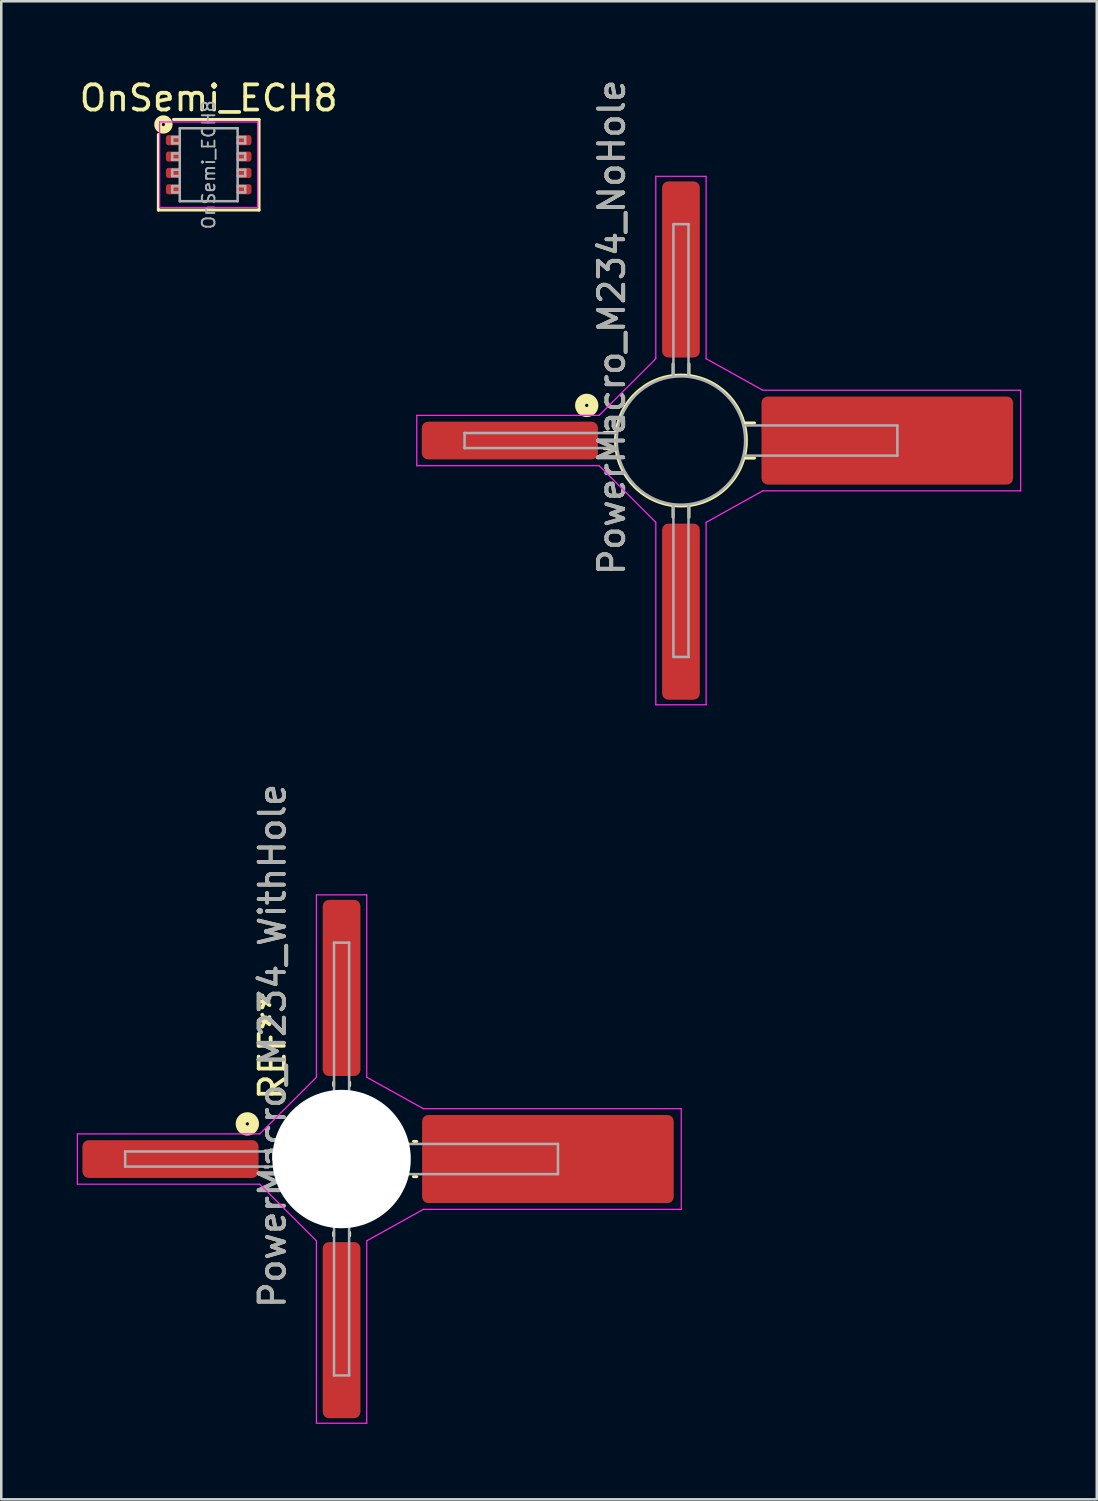
<source format=kicad_pcb>
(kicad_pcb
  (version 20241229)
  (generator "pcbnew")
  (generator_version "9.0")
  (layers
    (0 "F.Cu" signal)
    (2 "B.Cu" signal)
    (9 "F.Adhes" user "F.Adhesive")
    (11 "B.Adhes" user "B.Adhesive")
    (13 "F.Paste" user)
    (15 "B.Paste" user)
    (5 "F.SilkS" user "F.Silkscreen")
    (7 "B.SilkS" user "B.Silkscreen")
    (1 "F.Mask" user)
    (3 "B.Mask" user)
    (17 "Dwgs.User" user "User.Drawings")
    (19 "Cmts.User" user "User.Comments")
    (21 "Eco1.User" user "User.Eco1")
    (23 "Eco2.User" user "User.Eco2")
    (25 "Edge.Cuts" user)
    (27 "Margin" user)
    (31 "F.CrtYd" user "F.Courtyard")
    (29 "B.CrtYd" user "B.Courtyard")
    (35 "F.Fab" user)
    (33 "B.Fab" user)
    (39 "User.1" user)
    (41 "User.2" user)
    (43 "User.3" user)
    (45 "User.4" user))
  (footprint "PowerMacro_M234_WithHole"
    (layer "F.Cu")
    (at 11.225 43.013)
    (property "Reference" "PowerMacro_M234_WithHole" (at -3.45 -4.5 90) (layer "F.SilkS") (effects (font (size 1 1) (thickness 0.15))))
    (attr smd)
    (fp_line (start -3.619 -0.318) (end -3.747 -0.318) (stroke (width 0.12) (type solid)) (layer "F.SilkS"))
    (fp_line (start -3.619 0.318) (end -3.747 0.318) (stroke (width 0.12) (type solid)) (layer "F.SilkS"))
    (fp_line (start -1.016 -2.921) (end -1.016 -3.048) (stroke (width 0.12) (type solid)) (layer "F.SilkS"))
    (fp_line (start -1.016 2.921) (end -1.016 3.048) (stroke (width 0.12) (type solid)) (layer "F.SilkS"))
    (fp_line (start -0.381 -2.921) (end -0.381 -3.048) (stroke (width 0.12) (type solid)) (layer "F.SilkS"))
    (fp_line (start -0.381 2.921) (end -0.381 3.048) (stroke (width 0.12) (type solid)) (layer "F.SilkS"))
    (fp_line (start 2.159 -0.699) (end 2.286 -0.699) (stroke (width 0.12) (type solid)) (layer "F.SilkS"))
    (fp_line (start 2.159 0.699) (end 2.286 0.699) (stroke (width 0.12) (type solid)) (layer "F.SilkS"))
    (fp_circle (center -4.445 -1.397) (end -4.381 -1.397) (stroke (width 0.4) (type solid)) (fill no) (layer "F.SilkS"))
    (fp_line (start -11.2 -1) (end -11.2 1) (stroke (width 0.05) (type solid)) (layer "F.CrtYd"))
    (fp_line (start -11.2 1) (end -3.95 1) (stroke (width 0.05) (type solid)) (layer "F.CrtYd"))
    (fp_line (start -3.95 -1) (end -11.2 -1) (stroke (width 0.05) (type solid)) (layer "F.CrtYd"))
    (fp_line (start -3.95 1) (end -1.7 3.25) (stroke (width 0.05) (type solid)) (layer "F.CrtYd"))
    (fp_line (start -1.7 -10.5) (end -1.7 -3.25) (stroke (width 0.05) (type solid)) (layer "F.CrtYd"))
    (fp_line (start -1.7 -3.25) (end -3.95 -1) (stroke (width 0.05) (type solid)) (layer "F.CrtYd"))
    (fp_line (start -1.7 3.25) (end -1.7 10.5) (stroke (width 0.05) (type solid)) (layer "F.CrtYd"))
    (fp_line (start -1.7 10.5) (end 0.3 10.5) (stroke (width 0.05) (type solid)) (layer "F.CrtYd"))
    (fp_line (start 0.3 -10.5) (end -1.7 -10.5) (stroke (width 0.05) (type solid)) (layer "F.CrtYd"))
    (fp_line (start 0.3 -3.25) (end 0.3 -10.5) (stroke (width 0.05) (type solid)) (layer "F.CrtYd"))
    (fp_line (start 0.3 3.25) (end 2.55 2) (stroke (width 0.05) (type solid)) (layer "F.CrtYd"))
    (fp_line (start 0.3 10.5) (end 0.3 3.25) (stroke (width 0.05) (type solid)) (layer "F.CrtYd"))
    (fp_line (start 2.55 -2) (end 0.3 -3.25) (stroke (width 0.05) (type solid)) (layer "F.CrtYd"))
    (fp_line (start 2.55 2) (end 12.8 2) (stroke (width 0.05) (type solid)) (layer "F.CrtYd"))
    (fp_line (start 12.8 -2) (end 2.55 -2) (stroke (width 0.05) (type solid)) (layer "F.CrtYd"))
    (fp_line (start 12.8 2) (end 12.8 -2) (stroke (width 0.05) (type solid)) (layer "F.CrtYd"))
    (fp_line (start -9.3 -0.3) (end -9.3 0.3) (stroke (width 0.1) (type solid)) (layer "F.Fab"))
    (fp_line (start -9.3 0.3) (end -3.3 0.3) (stroke (width 0.1) (type solid)) (layer "F.Fab"))
    (fp_line (start -3.3 -0.3) (end -9.3 -0.3) (stroke (width 0.1) (type solid)) (layer "F.Fab"))
    (fp_line (start -1 -8.6) (end -1 -2.6) (stroke (width 0.1) (type solid)) (layer "F.Fab"))
    (fp_line (start -1 2.6) (end -1 8.6) (stroke (width 0.1) (type solid)) (layer "F.Fab"))
    (fp_line (start -1 8.6) (end -0.4 8.6) (stroke (width 0.1) (type solid)) (layer "F.Fab"))
    (fp_line (start -0.4 -8.6) (end -1 -8.6) (stroke (width 0.1) (type solid)) (layer "F.Fab"))
    (fp_line (start -0.4 -2.6) (end -0.4 -8.6) (stroke (width 0.1) (type solid)) (layer "F.Fab"))
    (fp_line (start -0.4 8.6) (end -0.4 2.6) (stroke (width 0.1) (type solid)) (layer "F.Fab"))
    (fp_line (start 1.8 0.6) (end 7.9 0.6) (stroke (width 0.1) (type solid)) (layer "F.Fab"))
    (fp_line (start 7.9 -0.6) (end 1.8 -0.6) (stroke (width 0.1) (type solid)) (layer "F.Fab"))
    (fp_line (start 7.9 0.6) (end 7.9 -0.6) (stroke (width 0.1) (type solid)) (layer "F.Fab"))
    (fp_circle (center -0.7 0) (end -0.7 -2.55) (stroke (width 0.1) (type solid)) (fill no) (layer "F.Fab"))
    (fp_text user "REF**" (at -3.45 -4.5 90) (layer "F.SilkS") (effects (font (size 1 1) (thickness 0.15))))
    (fp_text user "${REFERENCE}" (at -3.45 -4.5 90) (layer "F.Fab") (effects (font (size 1 1) (thickness 0.15))))
    (pad "" np_thru_hole circle (at -0.7 0 90) (size 5.5 5.5) (drill 5.5) (layers "*.Cu" "*.Mask"))
    (pad "1" smd roundrect (at -7.5 0 90) (size 1.5 7) (layers "F.Cu" "F.Mask" "F.Paste") (roundrect_rratio 0.167))
    (pad "2" smd roundrect (at -0.7 6.8 90) (size 7 1.5) (layers "F.Cu" "F.Mask" "F.Paste") (roundrect_rratio 0.167))
    (pad "3" smd roundrect (at 7.5 0 90) (size 3.5 10) (layers "F.Cu" "F.Mask" "F.Paste") (roundrect_rratio 0.071))
    (pad "4" smd roundrect (at -0.7 -6.8 90) (size 7 1.5) (layers "F.Cu" "F.Mask" "F.Paste") (roundrect_rratio 0.167)))
  (footprint "OnSemi_ECH8"
    (layer "F.Cu")
    (at 5.244 3.497)
    (property "Reference" "OnSemi_ECH8" (at 0 -2.649 0) (layer "F.SilkS") (effects (font (size 1 1) (thickness 0.15))))
    (attr smd)
    (fp_line (start -2 -1.2) (end -2 1.8) (stroke (width 0.12) (type solid)) (layer "F.SilkS"))
    (fp_line (start -2 1.8) (end 2 1.8) (stroke (width 0.12) (type solid)) (layer "F.SilkS"))
    (fp_line (start 2 -1.8) (end -1.4 -1.8) (stroke (width 0.12) (type solid)) (layer "F.SilkS"))
    (fp_line (start 2 1.8) (end 2 -1.8) (stroke (width 0.12) (type solid)) (layer "F.SilkS"))
    (fp_circle (center -1.8 -1.6) (end -1.736 -1.6) (stroke (width 0.3) (type solid)) (fill no) (layer "F.SilkS"))
    (fp_line (start -1.95 -1.7) (end -1.95 1.7) (stroke (width 0.05) (type solid)) (layer "F.CrtYd"))
    (fp_line (start -1.95 1.7) (end 1.95 1.7) (stroke (width 0.05) (type solid)) (layer "F.CrtYd"))
    (fp_line (start 1.95 -1.7) (end -1.95 -1.7) (stroke (width 0.05) (type solid)) (layer "F.CrtYd"))
    (fp_line (start 1.95 1.7) (end 1.95 -1.7) (stroke (width 0.05) (type solid)) (layer "F.CrtYd"))
    (fp_line (start -1.45 -1.1) (end -1.45 -0.85) (stroke (width 0.1) (type solid)) (layer "F.Fab"))
    (fp_line (start -1.45 -1.1) (end -1.15 -1.1) (stroke (width 0.1) (type solid)) (layer "F.Fab"))
    (fp_line (start -1.45 -0.85) (end -1.15 -0.85) (stroke (width 0.1) (type solid)) (layer "F.Fab"))
    (fp_line (start -1.45 -0.45) (end -1.45 -0.2) (stroke (width 0.1) (type solid)) (layer "F.Fab"))
    (fp_line (start -1.45 -0.45) (end -1.15 -0.45) (stroke (width 0.1) (type solid)) (layer "F.Fab"))
    (fp_line (start -1.45 -0.2) (end -1.15 -0.2) (stroke (width 0.1) (type solid)) (layer "F.Fab"))
    (fp_line (start -1.45 0.2) (end -1.45 0.45) (stroke (width 0.1) (type solid)) (layer "F.Fab"))
    (fp_line (start -1.45 0.2) (end -1.15 0.2) (stroke (width 0.1) (type solid)) (layer "F.Fab"))
    (fp_line (start -1.45 0.45) (end -1.15 0.45) (stroke (width 0.1) (type solid)) (layer "F.Fab"))
    (fp_line (start -1.45 0.85) (end -1.45 1.1) (stroke (width 0.1) (type solid)) (layer "F.Fab"))
    (fp_line (start -1.45 0.85) (end -1.15 0.85) (stroke (width 0.1) (type solid)) (layer "F.Fab"))
    (fp_line (start -1.45 1.1) (end -1.15 1.1) (stroke (width 0.1) (type solid)) (layer "F.Fab"))
    (fp_line (start -1.15 -1.45) (end 1.15 -1.45) (stroke (width 0.1) (type solid)) (layer "F.Fab"))
    (fp_line (start -1.15 1.45) (end -1.15 -1.45) (stroke (width 0.1) (type solid)) (layer "F.Fab"))
    (fp_line (start 1.15 -1.45) (end 1.15 1.45) (stroke (width 0.1) (type solid)) (layer "F.Fab"))
    (fp_line (start 1.15 1.45) (end -1.15 1.45) (stroke (width 0.1) (type solid)) (layer "F.Fab"))
    (fp_line (start 1.45 -1.1) (end 1.15 -1.1) (stroke (width 0.1) (type solid)) (layer "F.Fab"))
    (fp_line (start 1.45 -0.85) (end 1.15 -0.85) (stroke (width 0.1) (type solid)) (layer "F.Fab"))
    (fp_line (start 1.45 -0.85) (end 1.45 -1.1) (stroke (width 0.1) (type solid)) (layer "F.Fab"))
    (fp_line (start 1.45 -0.45) (end 1.15 -0.45) (stroke (width 0.1) (type solid)) (layer "F.Fab"))
    (fp_line (start 1.45 -0.2) (end 1.15 -0.2) (stroke (width 0.1) (type solid)) (layer "F.Fab"))
    (fp_line (start 1.45 -0.2) (end 1.45 -0.45) (stroke (width 0.1) (type solid)) (layer "F.Fab"))
    (fp_line (start 1.45 0.2) (end 1.15 0.2) (stroke (width 0.1) (type solid)) (layer "F.Fab"))
    (fp_line (start 1.45 0.45) (end 1.15 0.45) (stroke (width 0.1) (type solid)) (layer "F.Fab"))
    (fp_line (start 1.45 0.45) (end 1.45 0.2) (stroke (width 0.1) (type solid)) (layer "F.Fab"))
    (fp_line (start 1.45 0.85) (end 1.15 0.85) (stroke (width 0.1) (type solid)) (layer "F.Fab"))
    (fp_line (start 1.45 1.1) (end 1.15 1.1) (stroke (width 0.1) (type solid)) (layer "F.Fab"))
    (fp_line (start 1.45 1.1) (end 1.45 0.85) (stroke (width 0.1) (type solid)) (layer "F.Fab"))
    (fp_text user "${REFERENCE}" (at 0 0 270) (layer "F.Fab") (effects (font (size 0.5 0.5) (thickness 0.075))))
    (pad "1" smd roundrect (at -1.4 -0.975 270) (size 0.4 0.6) (layers "F.Cu" "F.Mask" "F.Paste") (roundrect_rratio 0.25))
    (pad "2" smd roundrect (at -1.4 -0.325 270) (size 0.4 0.6) (layers "F.Cu" "F.Mask" "F.Paste") (roundrect_rratio 0.25))
    (pad "3" smd roundrect (at -1.4 0.325 270) (size 0.4 0.6) (layers "F.Cu" "F.Mask" "F.Paste") (roundrect_rratio 0.25))
    (pad "4" smd roundrect (at -1.4 0.975 270) (size 0.4 0.6) (layers "F.Cu" "F.Mask" "F.Paste") (roundrect_rratio 0.25))
    (pad "5" smd roundrect (at 1.4 0.975 270) (size 0.4 0.6) (layers "F.Cu" "F.Mask" "F.Paste") (roundrect_rratio 0.25))
    (pad "6" smd roundrect (at 1.4 0.325 270) (size 0.4 0.6) (layers "F.Cu" "F.Mask" "F.Paste") (roundrect_rratio 0.25))
    (pad "7" smd roundrect (at 1.4 -0.325 270) (size 0.4 0.6) (layers "F.Cu" "F.Mask" "F.Paste") (roundrect_rratio 0.25))
    (pad "8" smd roundrect (at 1.4 -0.975 270) (size 0.4 0.6) (layers "F.Cu" "F.Mask" "F.Paste") (roundrect_rratio 0.25)))
  (footprint "PowerMacro_M234_NoHole"
    (layer "F.Cu")
    (at 24.713 14.458)
    (property "Reference" "PowerMacro_M234_NoHole" (at -3.45 -4.5 90) (layer "F.SilkS") (effects (font (size 1 1) (thickness 0.15))))
    (attr smd)
    (fp_line (start -3.302 -0.318) (end -3.747 -0.318) (stroke (width 0.12) (type solid)) (layer "F.SilkS"))
    (fp_line (start -3.302 0.318) (end -3.747 0.318) (stroke (width 0.12) (type solid)) (layer "F.SilkS"))
    (fp_line (start -1.016 -2.603) (end -1.016 -3.048) (stroke (width 0.12) (type solid)) (layer "F.SilkS"))
    (fp_line (start -1.016 2.603) (end -1.016 3.048) (stroke (width 0.12) (type solid)) (layer "F.SilkS"))
    (fp_line (start -0.381 -2.603) (end -0.381 -3.048) (stroke (width 0.12) (type solid)) (layer "F.SilkS"))
    (fp_line (start -0.381 2.603) (end -0.381 3.048) (stroke (width 0.12) (type solid)) (layer "F.SilkS"))
    (fp_line (start 1.841 -0.699) (end 2.223 -0.699) (stroke (width 0.12) (type solid)) (layer "F.SilkS"))
    (fp_line (start 1.841 0.699) (end 2.223 0.699) (stroke (width 0.12) (type solid)) (layer "F.SilkS"))
    (fp_circle (center -4.445 -1.397) (end -4.381 -1.397) (stroke (width 0.4) (type solid)) (fill no) (layer "F.SilkS"))
    (fp_circle (center -0.7 0) (end -0.7 -2.6) (stroke (width 0.12) (type solid)) (fill no) (layer "F.SilkS"))
    (fp_line (start -11.2 -1) (end -11.2 1) (stroke (width 0.05) (type solid)) (layer "F.CrtYd"))
    (fp_line (start -11.2 1) (end -3.95 1) (stroke (width 0.05) (type solid)) (layer "F.CrtYd"))
    (fp_line (start -3.95 -1) (end -11.2 -1) (stroke (width 0.05) (type solid)) (layer "F.CrtYd"))
    (fp_line (start -3.95 1) (end -1.7 3.25) (stroke (width 0.05) (type solid)) (layer "F.CrtYd"))
    (fp_line (start -1.7 -10.5) (end -1.7 -3.25) (stroke (width 0.05) (type solid)) (layer "F.CrtYd"))
    (fp_line (start -1.7 -3.25) (end -3.95 -1) (stroke (width 0.05) (type solid)) (layer "F.CrtYd"))
    (fp_line (start -1.7 3.25) (end -1.7 10.5) (stroke (width 0.05) (type solid)) (layer "F.CrtYd"))
    (fp_line (start -1.7 10.5) (end 0.3 10.5) (stroke (width 0.05) (type solid)) (layer "F.CrtYd"))
    (fp_line (start 0.3 -10.5) (end -1.7 -10.5) (stroke (width 0.05) (type solid)) (layer "F.CrtYd"))
    (fp_line (start 0.3 -3.25) (end 0.3 -10.5) (stroke (width 0.05) (type solid)) (layer "F.CrtYd"))
    (fp_line (start 0.3 3.25) (end 2.55 2) (stroke (width 0.05) (type solid)) (layer "F.CrtYd"))
    (fp_line (start 0.3 10.5) (end 0.3 3.25) (stroke (width 0.05) (type solid)) (layer "F.CrtYd"))
    (fp_line (start 2.55 -2) (end 0.3 -3.25) (stroke (width 0.05) (type solid)) (layer "F.CrtYd"))
    (fp_line (start 2.55 2) (end 12.8 2) (stroke (width 0.05) (type solid)) (layer "F.CrtYd"))
    (fp_line (start 12.8 -2) (end 2.55 -2) (stroke (width 0.05) (type solid)) (layer "F.CrtYd"))
    (fp_line (start 12.8 2) (end 12.8 -2) (stroke (width 0.05) (type solid)) (layer "F.CrtYd"))
    (fp_line (start -9.3 -0.3) (end -9.3 0.3) (stroke (width 0.1) (type solid)) (layer "F.Fab"))
    (fp_line (start -9.3 0.3) (end -3.3 0.3) (stroke (width 0.1) (type solid)) (layer "F.Fab"))
    (fp_line (start -3.3 -0.3) (end -9.3 -0.3) (stroke (width 0.1) (type solid)) (layer "F.Fab"))
    (fp_line (start -1 -8.6) (end -1 -2.6) (stroke (width 0.1) (type solid)) (layer "F.Fab"))
    (fp_line (start -1 2.6) (end -1 8.6) (stroke (width 0.1) (type solid)) (layer "F.Fab"))
    (fp_line (start -1 8.6) (end -0.4 8.6) (stroke (width 0.1) (type solid)) (layer "F.Fab"))
    (fp_line (start -0.4 -8.6) (end -1 -8.6) (stroke (width 0.1) (type solid)) (layer "F.Fab"))
    (fp_line (start -0.4 -2.6) (end -0.4 -8.6) (stroke (width 0.1) (type solid)) (layer "F.Fab"))
    (fp_line (start -0.4 8.6) (end -0.4 2.6) (stroke (width 0.1) (type solid)) (layer "F.Fab"))
    (fp_line (start 1.8 0.6) (end 7.9 0.6) (stroke (width 0.1) (type solid)) (layer "F.Fab"))
    (fp_line (start 7.9 -0.6) (end 1.8 -0.6) (stroke (width 0.1) (type solid)) (layer "F.Fab"))
    (fp_line (start 7.9 0.6) (end 7.9 -0.6) (stroke (width 0.1) (type solid)) (layer "F.Fab"))
    (fp_circle (center -0.7 0) (end -0.7 -2.55) (stroke (width 0.1) (type solid)) (fill no) (layer "F.Fab"))
    (fp_text user "${REFERENCE}" (at -3.45 -4.5 90) (layer "F.Fab") (effects (font (size 1 1) (thickness 0.15))))
    (pad "1" smd roundrect (at -7.5 0 90) (size 1.5 7) (layers "F.Cu" "F.Mask" "F.Paste") (roundrect_rratio 0.167))
    (pad "2" smd roundrect (at -0.7 6.8 90) (size 7 1.5) (layers "F.Cu" "F.Mask" "F.Paste") (roundrect_rratio 0.167))
    (pad "3" smd roundrect (at 7.5 0 90) (size 3.5 10) (layers "F.Cu" "F.Mask" "F.Paste") (roundrect_rratio 0.071))
    (pad "4" smd roundrect (at -0.7 -6.8 90) (size 7 1.5) (layers "F.Cu" "F.Mask" "F.Paste") (roundrect_rratio 0.167)))
  (gr_rect
    (start -3 -3)
    (end 40.538 56.538)
    (stroke (width 0.1) (type default))
    (fill no)
    (layer "Edge.Cuts")))
</source>
